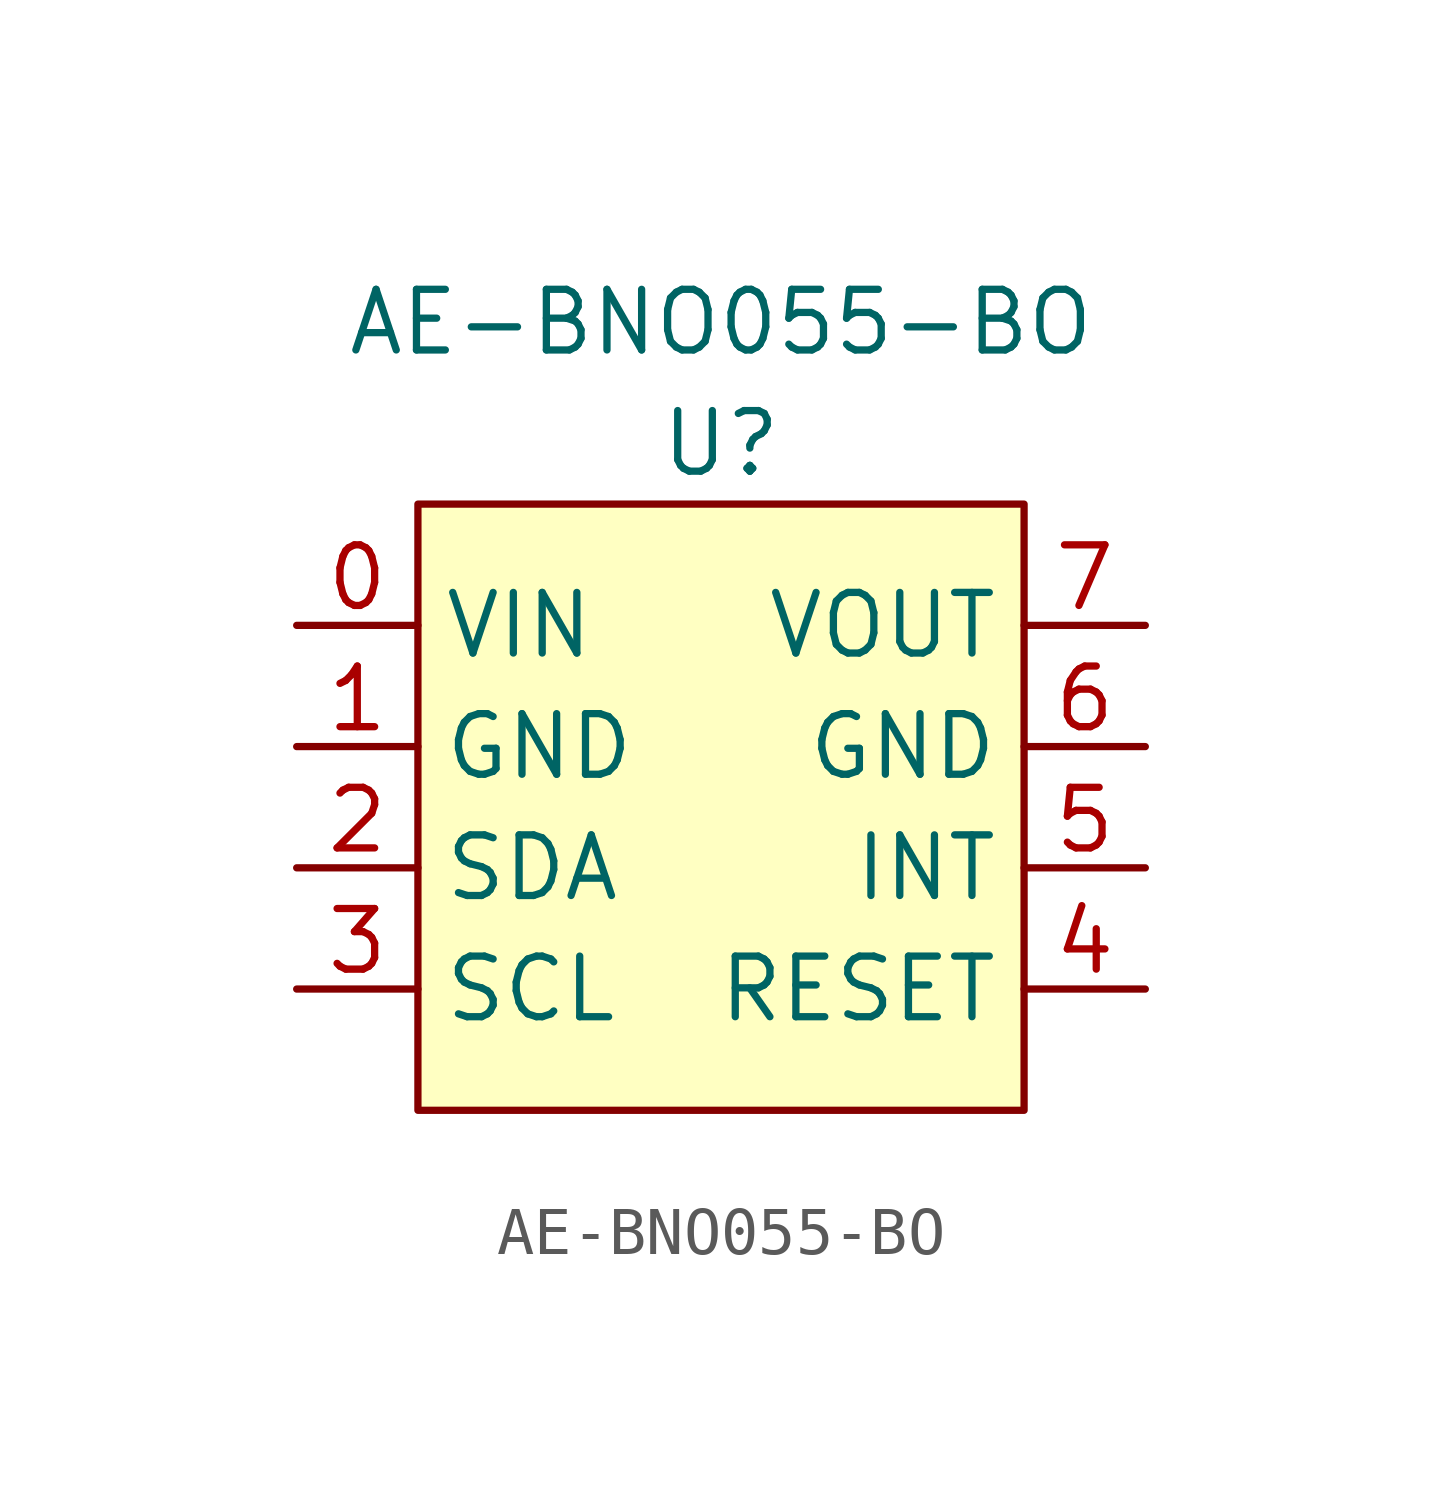
<source format=kicad_sym>
(kicad_symbol_lib
  (version 20211014)
  (generator kicad_symbol_editor)
  (symbol "AE-BNO055-BO"
    (property "Reference" "U"
      (at 0 2.54 0)
      (effects (font (size 1.27 1.27))))
    (property "Value" "AE-BNO055-BO"
      (at 0 5.08 0)
      (effects (font (size 1.27 1.27))))
    (symbol "AE-BNO055-BO_0_1"
      (rectangle (start -6.35 1.27) (end 6.35 -11.43) (stroke (width 0) (type default) (color 0 0 0 0)) (fill (type background))))
    (symbol "AE-BNO055-BO_1_1"
      (pin power_in line (at -8.89 -1.27 0) (length 2.54) (name "VIN" (effects (font (size 1.27 1.27)))) (number "0" (effects (font (size 1.27 1.27)))))
      (pin bidirectional line (at -8.89 -3.81 0) (length 2.54) (name "GND" (effects (font (size 1.27 1.27)))) (number "1" (effects (font (size 1.27 1.27)))))
      (pin output line (at -8.89 -6.35 0) (length 2.54) (name "SDA" (effects (font (size 1.27 1.27)))) (number "2" (effects (font (size 1.27 1.27)))))
      (pin output line (at -8.89 -8.89 0) (length 2.54) (name "SCL" (effects (font (size 1.27 1.27)))) (number "3" (effects (font (size 1.27 1.27)))))
      (pin output line (at 8.89 -8.89 180) (length 2.54) (name "RESET" (effects (font (size 1.27 1.27)))) (number "4" (effects (font (size 1.27 1.27)))))
      (pin output line (at 8.89 -6.35 180) (length 2.54) (name "INT" (effects (font (size 1.27 1.27)))) (number "5" (effects (font (size 1.27 1.27)))))
      (pin bidirectional line (at 8.89 -3.81 180) (length 2.54) (name "GND" (effects (font (size 1.27 1.27)))) (number "6" (effects (font (size 1.27 1.27)))))
      (pin power_out line (at 8.89 -1.27 180) (length 2.54) (name "VOUT" (effects (font (size 1.27 1.27)))) (number "7" (effects (font (size 1.27 1.27))))))))
</source>
